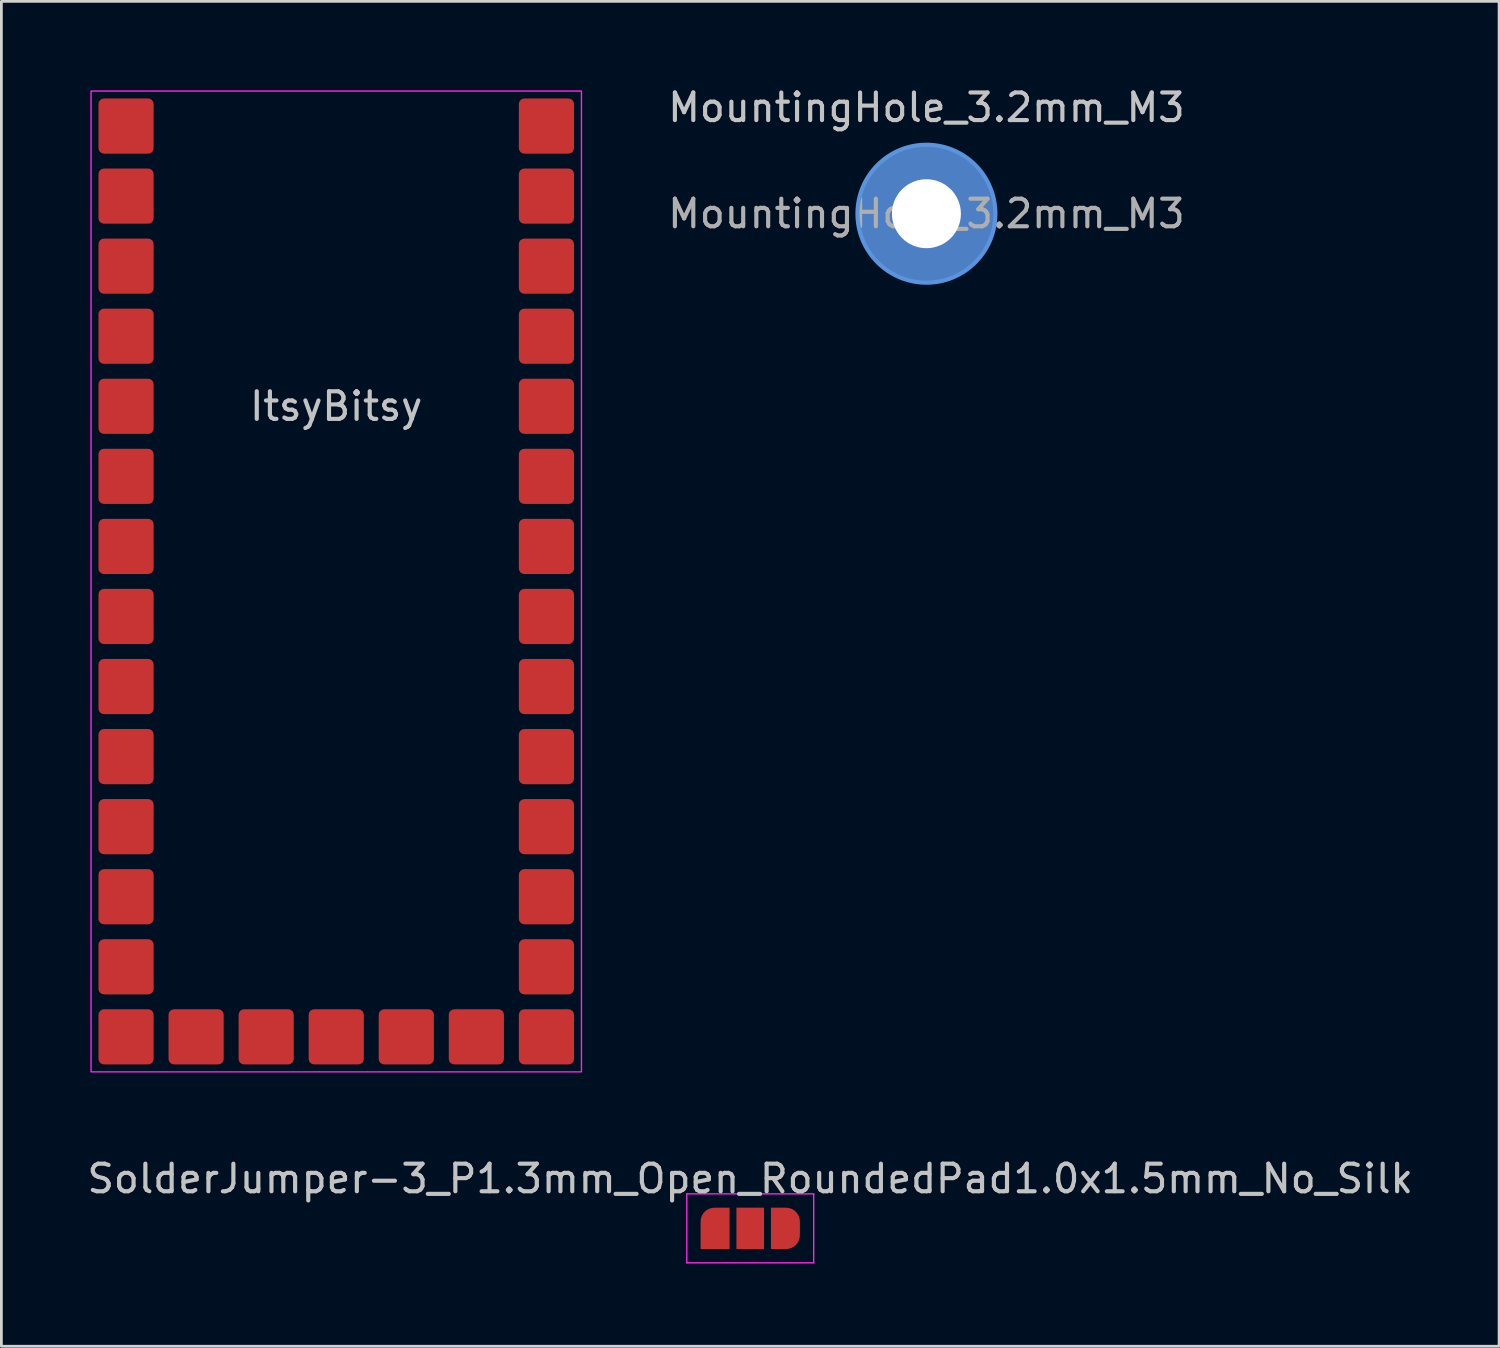
<source format=kicad_pcb>
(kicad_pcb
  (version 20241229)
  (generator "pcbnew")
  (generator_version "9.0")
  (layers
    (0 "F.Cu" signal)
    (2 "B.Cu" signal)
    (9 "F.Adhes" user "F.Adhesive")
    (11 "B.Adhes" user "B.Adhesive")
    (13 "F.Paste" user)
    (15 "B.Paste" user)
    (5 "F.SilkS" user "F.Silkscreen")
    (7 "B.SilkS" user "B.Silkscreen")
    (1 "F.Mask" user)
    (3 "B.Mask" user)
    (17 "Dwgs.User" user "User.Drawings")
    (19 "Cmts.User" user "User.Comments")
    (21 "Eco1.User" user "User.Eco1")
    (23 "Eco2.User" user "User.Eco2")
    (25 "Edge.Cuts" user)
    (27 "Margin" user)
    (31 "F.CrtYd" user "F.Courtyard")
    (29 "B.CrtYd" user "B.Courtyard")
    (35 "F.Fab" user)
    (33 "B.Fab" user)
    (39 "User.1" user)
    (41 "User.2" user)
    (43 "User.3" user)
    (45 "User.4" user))
  (footprint "SolderJumper-3_P1.3mm_Open_RoundedPad1.0x1.5mm_No_Silk"
    (layer "F.Cu")
    (at 24.149 41.483)
    (property "Reference" "SolderJumper-3_P1.3mm_Open_RoundedPad1.0x1.5mm_No_Silk" (at 0 -1.8 0) (layer "Dwgs.User") (effects (font (size 1 1) (thickness 0.15))))
    (attr exclude_from_pos_files exclude_from_bom)
    (fp_line (start -2.3 -1.25) (end -2.3 1.25) (stroke (width 0.05) (type solid)) (layer "F.CrtYd"))
    (fp_line (start -2.3 -1.25) (end 2.3 -1.25) (stroke (width 0.05) (type solid)) (layer "F.CrtYd"))
    (fp_line (start 2.3 1.25) (end -2.3 1.25) (stroke (width 0.05) (type solid)) (layer "F.CrtYd"))
    (fp_line (start 2.3 1.25) (end 2.3 -1.25) (stroke (width 0.05) (type solid)) (layer "F.CrtYd"))
    (pad "1" smd custom (at -1.3 0) (size 1 0.5) (layers "F.Cu" "F.Mask") (options (anchor rect)) (primitives (gr_circle (center 0 -0.25) (end 0.5 -0.25) (width 0) (fill yes)) (gr_poly (pts (xy 0.55 0.75) (xy -0.5 0.75) (xy -0.5 0) (xy 0 0) (xy 0 -0.75) (xy 0.55 -0.75)) (width 0) (fill yes))))
    (pad "2" smd rect (at 0 0) (size 1 1.5) (layers "F.Cu" "F.Mask"))
    (pad "3" smd custom (at 1.3 0) (size 1 0.5) (layers "F.Cu" "F.Mask") (options (anchor rect)) (primitives (gr_circle (center 0 0.25) (end 0.5 0.25) (width 0) (fill yes)) (gr_circle (center 0 -0.25) (end 0.5 -0.25) (width 0) (fill yes)) (gr_poly (pts (xy 0 0.75) (xy -0.55 0.75) (xy -0.55 -0.75) (xy 0 -0.75)) (width 0) (fill yes)))))
  (footprint "ItsyBitsy"
    (layer "F.Cu")
    (at 0.25 0.25)
    (property "Reference" "ItsyBitsy" (at 8.89 11.43 0) (unlocked yes) (layer "Dwgs.User") (effects (font (size 1 1) (thickness 0.15))))
    (attr smd)
    (fp_rect (start 0 0) (end 17.78 35.56) (stroke (width 0.05) (type solid)) (fill no) (layer "F.CrtYd"))
    (pad "1" smd roundrect (at 1.27 1.27) (size 2 2) (layers "F.Cu" "F.Mask") (roundrect_rratio 0.1))
    (pad "2" smd roundrect (at 1.27 3.81) (size 2 2) (layers "F.Cu" "F.Mask") (roundrect_rratio 0.1))
    (pad "3" smd roundrect (at 1.27 6.35) (size 2 2) (layers "F.Cu" "F.Mask") (roundrect_rratio 0.1))
    (pad "4" smd roundrect (at 1.27 8.89) (size 2 2) (layers "F.Cu" "F.Mask") (roundrect_rratio 0.1))
    (pad "5" smd roundrect (at 1.27 11.43) (size 2 2) (layers "F.Cu" "F.Mask") (roundrect_rratio 0.1))
    (pad "6" smd roundrect (at 1.27 13.97) (size 2 2) (layers "F.Cu" "F.Mask") (roundrect_rratio 0.1))
    (pad "7" smd roundrect (at 1.27 16.51) (size 2 2) (layers "F.Cu" "F.Mask") (roundrect_rratio 0.1))
    (pad "8" smd roundrect (at 1.27 19.05) (size 2 2) (layers "F.Cu" "F.Mask") (roundrect_rratio 0.1))
    (pad "9" smd roundrect (at 1.27 21.59) (size 2 2) (layers "F.Cu" "F.Mask") (roundrect_rratio 0.1))
    (pad "10" smd roundrect (at 1.27 24.13) (size 2 2) (layers "F.Cu" "F.Mask") (roundrect_rratio 0.1))
    (pad "11" smd roundrect (at 1.27 26.67) (size 2 2) (layers "F.Cu" "F.Mask") (roundrect_rratio 0.1))
    (pad "12" smd roundrect (at 1.27 29.21) (size 2 2) (layers "F.Cu" "F.Mask") (roundrect_rratio 0.1))
    (pad "13" smd roundrect (at 1.27 31.75) (size 2 2) (layers "F.Cu" "F.Mask") (roundrect_rratio 0.1))
    (pad "14" smd roundrect (at 1.27 34.29) (size 2 2) (layers "F.Cu" "F.Mask") (roundrect_rratio 0.1))
    (pad "15" smd roundrect (at 3.81 34.29) (size 2 2) (layers "F.Cu" "F.Mask") (roundrect_rratio 0.1))
    (pad "16" smd roundrect (at 6.35 34.29) (size 2 2) (layers "F.Cu" "F.Mask") (roundrect_rratio 0.1))
    (pad "17" smd roundrect (at 8.89 34.29) (size 2 2) (layers "F.Cu" "F.Mask") (roundrect_rratio 0.1))
    (pad "18" smd roundrect (at 11.43 34.29) (size 2 2) (layers "F.Cu" "F.Mask") (roundrect_rratio 0.1))
    (pad "19" smd roundrect (at 13.97 34.29) (size 2 2) (layers "F.Cu" "F.Mask") (roundrect_rratio 0.1))
    (pad "20" smd roundrect (at 16.51 34.29) (size 2 2) (layers "F.Cu" "F.Mask") (roundrect_rratio 0.1))
    (pad "21" smd roundrect (at 16.51 31.75) (size 2 2) (layers "F.Cu" "F.Mask") (roundrect_rratio 0.1))
    (pad "22" smd roundrect (at 16.51 29.21) (size 2 2) (layers "F.Cu" "F.Mask") (roundrect_rratio 0.1))
    (pad "23" smd roundrect (at 16.51 26.67) (size 2 2) (layers "F.Cu" "F.Mask") (roundrect_rratio 0.1))
    (pad "24" smd roundrect (at 16.51 24.13) (size 2 2) (layers "F.Cu" "F.Mask") (roundrect_rratio 0.1))
    (pad "25" smd roundrect (at 16.51 21.59) (size 2 2) (layers "F.Cu" "F.Mask") (roundrect_rratio 0.1))
    (pad "26" smd roundrect (at 16.51 19.05) (size 2 2) (layers "F.Cu" "F.Mask") (roundrect_rratio 0.1))
    (pad "27" smd roundrect (at 16.51 16.51) (size 2 2) (layers "F.Cu" "F.Mask") (roundrect_rratio 0.1))
    (pad "28" smd roundrect (at 16.51 13.97) (size 2 2) (layers "F.Cu" "F.Mask") (roundrect_rratio 0.1))
    (pad "29" smd roundrect (at 16.51 11.43) (size 2 2) (layers "F.Cu" "F.Mask") (roundrect_rratio 0.1))
    (pad "30" smd roundrect (at 16.51 8.89) (size 2 2) (layers "F.Cu" "F.Mask") (roundrect_rratio 0.1))
    (pad "31" smd roundrect (at 16.51 6.35) (size 2 2) (layers "F.Cu" "F.Mask") (roundrect_rratio 0.1))
    (pad "32" smd roundrect (at 16.51 3.81) (size 2 2) (layers "F.Cu" "F.Mask") (roundrect_rratio 0.1))
    (pad "33" smd roundrect (at 16.51 1.27) (size 2 2) (layers "F.Cu" "F.Mask") (roundrect_rratio 0.1)))
  (footprint "MountingHole_3.2mm_M3"
    (layer "F.Cu")
    (at 30.537 4.698)
    (property "Reference" "MountingHole_3.2mm_M3" (at 0 -3.85 0) (layer "Dwgs.User") (effects (font (size 1 1) (thickness 0.15))))
    (attr exclude_from_pos_files exclude_from_bom)
    (fp_circle (center 0 0) (end 2.5 0) (stroke (width 0.15) (type solid)) (fill no) (layer "Cmts.User"))
    (fp_circle (center 0 0) (end 2.5 0) (stroke (width 0.05) (type solid)) (fill no) (layer "F.CrtYd"))
    (fp_text user "${REFERENCE}" (at 0 0 0) (layer "F.Fab") (effects (font (size 1 1) (thickness 0.15))))
    (pad "1" thru_hole circle (at 0 0) (size 5 5) (drill 2.5) (layers "*.Cu" "*.Mask")))
  (gr_rect
    (start -3 -3)
    (end 51.298 45.758)
    (stroke (width 0.1) (type default))
    (fill no)
    (layer "Edge.Cuts")))
</source>
